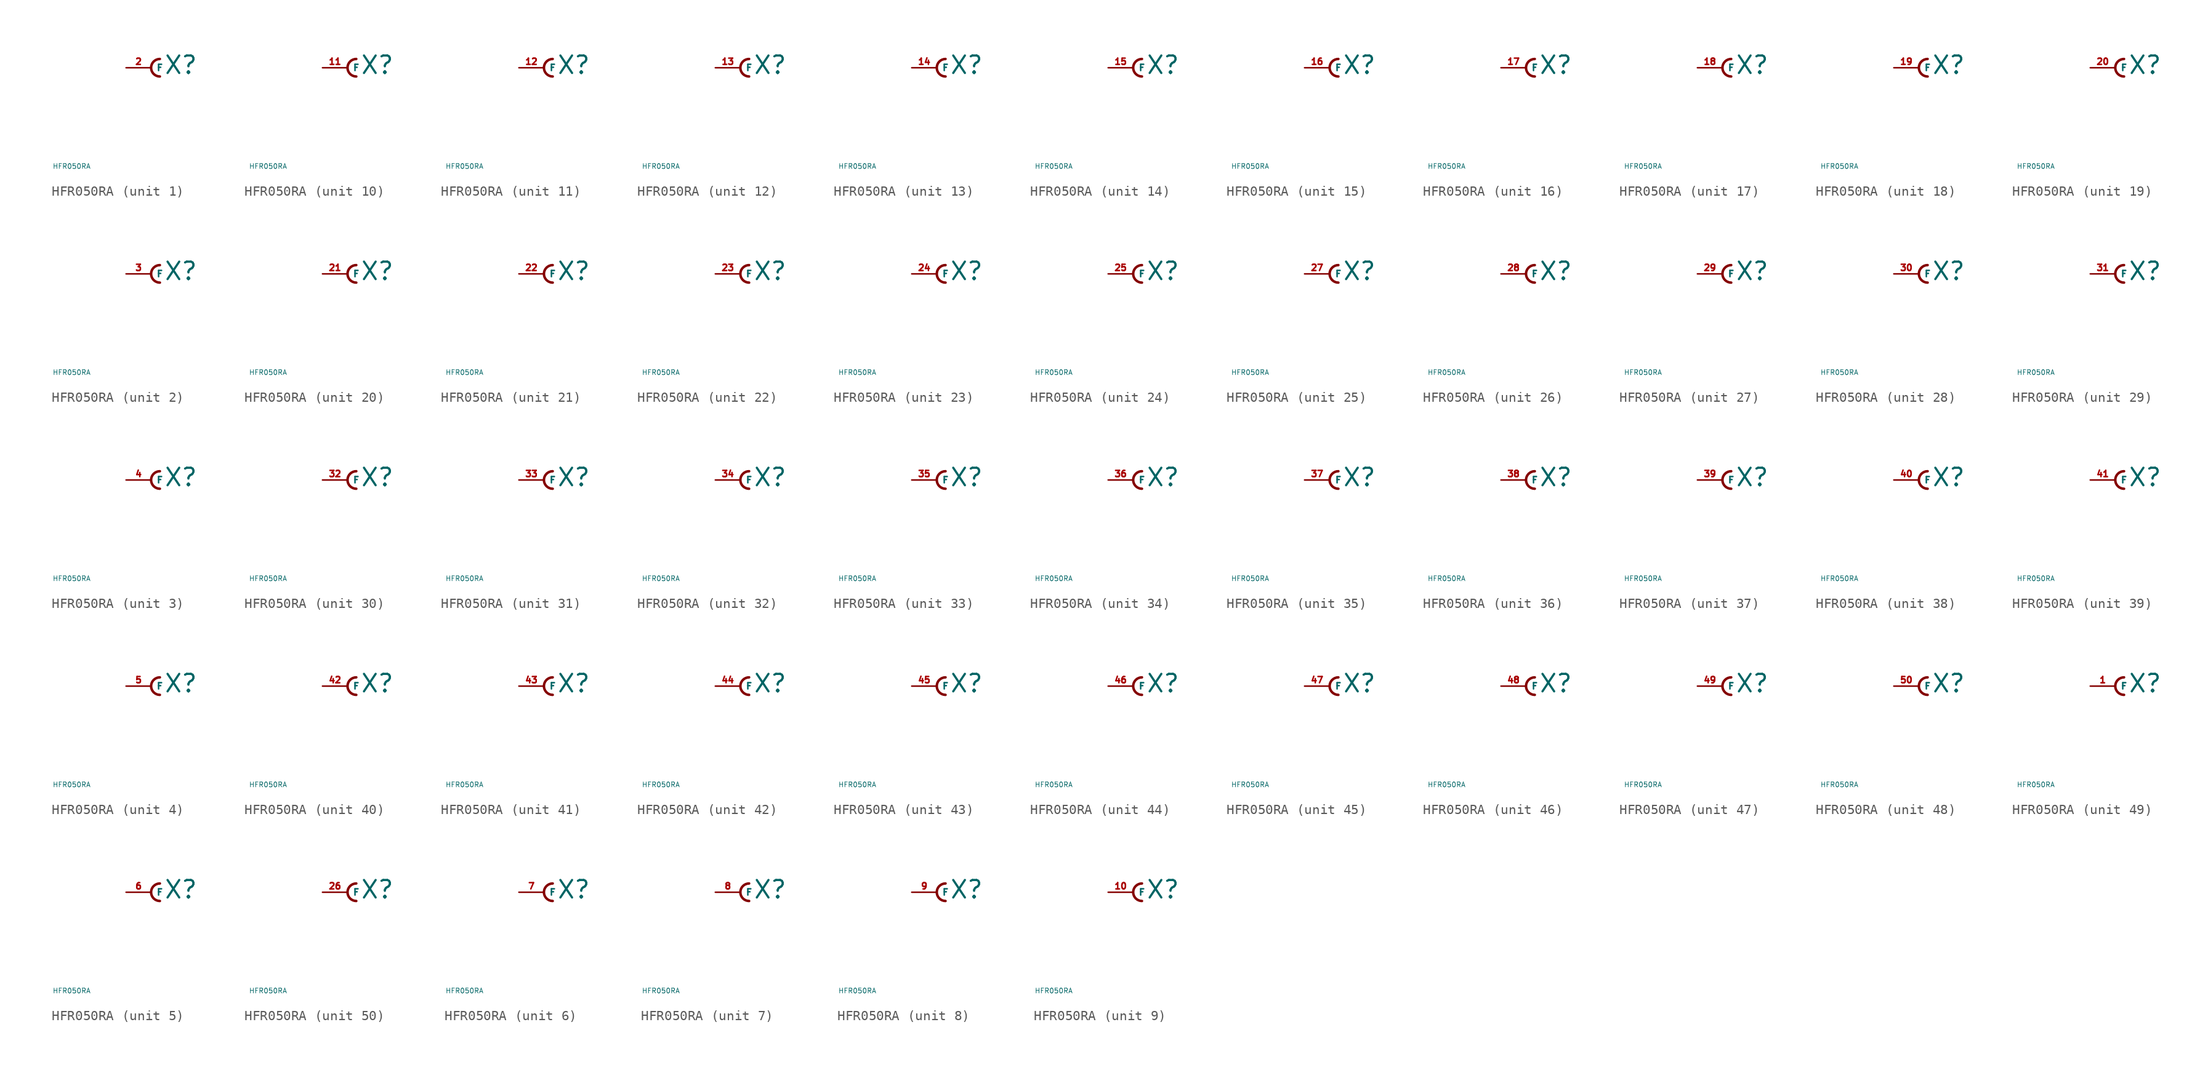
<source format=kicad_sym>
(kicad_symbol_lib
  (version 20220914)
  (generator Eagle2Kicad)
  (symbol "HFR050RA"
    (property "Reference" "X"
      (at 1.27 -0.762 0)
      (effects (font (size 1.778 1.778) (thickness 0.22)) (justify left bottom)))
    (property "Value" "HFR050RA"
      (at -10 -10 0)
      (effects (font (size 0.5 0.5) (thickness 0.06)) (justify left)))
    (symbol "HFR050RA_1_0"
      (arc (start 0.889 0.889) (mid 0.000 0.000) (end 0.889 -0.889) (stroke (width 0.254) (type default)) (fill (type none)))
      (pin passive line (at -2.54 0 0) (length 2.54) (name "F" (effects (font (size 0.635 0.635) (thickness 0.08)) (justify left bottom))) (number "2" (effects (font (size 0.635 0.635) (thickness 0.08)) (justify left bottom)))))
    (symbol "HFR050RA_2_0"
      (arc (start 0.889 0.889) (mid 0.000 0.000) (end 0.889 -0.889) (stroke (width 0.254) (type default)) (fill (type none)))
      (pin passive line (at -2.54 0 0) (length 2.54) (name "F" (effects (font (size 0.635 0.635) (thickness 0.08)) (justify left bottom))) (number "3" (effects (font (size 0.635 0.635) (thickness 0.08)) (justify left bottom)))))
    (symbol "HFR050RA_3_0"
      (arc (start 0.889 0.889) (mid 0.000 0.000) (end 0.889 -0.889) (stroke (width 0.254) (type default)) (fill (type none)))
      (pin passive line (at -2.54 0 0) (length 2.54) (name "F" (effects (font (size 0.635 0.635) (thickness 0.08)) (justify left bottom))) (number "4" (effects (font (size 0.635 0.635) (thickness 0.08)) (justify left bottom)))))
    (symbol "HFR050RA_4_0"
      (arc (start 0.889 0.889) (mid 0.000 0.000) (end 0.889 -0.889) (stroke (width 0.254) (type default)) (fill (type none)))
      (pin passive line (at -2.54 0 0) (length 2.54) (name "F" (effects (font (size 0.635 0.635) (thickness 0.08)) (justify left bottom))) (number "5" (effects (font (size 0.635 0.635) (thickness 0.08)) (justify left bottom)))))
    (symbol "HFR050RA_5_0"
      (arc (start 0.889 0.889) (mid 0.000 0.000) (end 0.889 -0.889) (stroke (width 0.254) (type default)) (fill (type none)))
      (pin passive line (at -2.54 0 0) (length 2.54) (name "F" (effects (font (size 0.635 0.635) (thickness 0.08)) (justify left bottom))) (number "6" (effects (font (size 0.635 0.635) (thickness 0.08)) (justify left bottom)))))
    (symbol "HFR050RA_6_0"
      (arc (start 0.889 0.889) (mid 0.000 0.000) (end 0.889 -0.889) (stroke (width 0.254) (type default)) (fill (type none)))
      (pin passive line (at -2.54 0 0) (length 2.54) (name "F" (effects (font (size 0.635 0.635) (thickness 0.08)) (justify left bottom))) (number "7" (effects (font (size 0.635 0.635) (thickness 0.08)) (justify left bottom)))))
    (symbol "HFR050RA_7_0"
      (arc (start 0.889 0.889) (mid 0.000 0.000) (end 0.889 -0.889) (stroke (width 0.254) (type default)) (fill (type none)))
      (pin passive line (at -2.54 0 0) (length 2.54) (name "F" (effects (font (size 0.635 0.635) (thickness 0.08)) (justify left bottom))) (number "8" (effects (font (size 0.635 0.635) (thickness 0.08)) (justify left bottom)))))
    (symbol "HFR050RA_8_0"
      (arc (start 0.889 0.889) (mid 0.000 0.000) (end 0.889 -0.889) (stroke (width 0.254) (type default)) (fill (type none)))
      (pin passive line (at -2.54 0 0) (length 2.54) (name "F" (effects (font (size 0.635 0.635) (thickness 0.08)) (justify left bottom))) (number "9" (effects (font (size 0.635 0.635) (thickness 0.08)) (justify left bottom)))))
    (symbol "HFR050RA_9_0"
      (arc (start 0.889 0.889) (mid 0.000 0.000) (end 0.889 -0.889) (stroke (width 0.254) (type default)) (fill (type none)))
      (pin passive line (at -2.54 0 0) (length 2.54) (name "F" (effects (font (size 0.635 0.635) (thickness 0.08)) (justify left bottom))) (number "10" (effects (font (size 0.635 0.635) (thickness 0.08)) (justify left bottom)))))
    (symbol "HFR050RA_10_0"
      (arc (start 0.889 0.889) (mid 0.000 0.000) (end 0.889 -0.889) (stroke (width 0.254) (type default)) (fill (type none)))
      (pin passive line (at -2.54 0 0) (length 2.54) (name "F" (effects (font (size 0.635 0.635) (thickness 0.08)) (justify left bottom))) (number "11" (effects (font (size 0.635 0.635) (thickness 0.08)) (justify left bottom)))))
    (symbol "HFR050RA_11_0"
      (arc (start 0.889 0.889) (mid 0.000 0.000) (end 0.889 -0.889) (stroke (width 0.254) (type default)) (fill (type none)))
      (pin passive line (at -2.54 0 0) (length 2.54) (name "F" (effects (font (size 0.635 0.635) (thickness 0.08)) (justify left bottom))) (number "12" (effects (font (size 0.635 0.635) (thickness 0.08)) (justify left bottom)))))
    (symbol "HFR050RA_12_0"
      (arc (start 0.889 0.889) (mid 0.000 0.000) (end 0.889 -0.889) (stroke (width 0.254) (type default)) (fill (type none)))
      (pin passive line (at -2.54 0 0) (length 2.54) (name "F" (effects (font (size 0.635 0.635) (thickness 0.08)) (justify left bottom))) (number "13" (effects (font (size 0.635 0.635) (thickness 0.08)) (justify left bottom)))))
    (symbol "HFR050RA_13_0"
      (arc (start 0.889 0.889) (mid 0.000 0.000) (end 0.889 -0.889) (stroke (width 0.254) (type default)) (fill (type none)))
      (pin passive line (at -2.54 0 0) (length 2.54) (name "F" (effects (font (size 0.635 0.635) (thickness 0.08)) (justify left bottom))) (number "14" (effects (font (size 0.635 0.635) (thickness 0.08)) (justify left bottom)))))
    (symbol "HFR050RA_14_0"
      (arc (start 0.889 0.889) (mid 0.000 0.000) (end 0.889 -0.889) (stroke (width 0.254) (type default)) (fill (type none)))
      (pin passive line (at -2.54 0 0) (length 2.54) (name "F" (effects (font (size 0.635 0.635) (thickness 0.08)) (justify left bottom))) (number "15" (effects (font (size 0.635 0.635) (thickness 0.08)) (justify left bottom)))))
    (symbol "HFR050RA_15_0"
      (arc (start 0.889 0.889) (mid 0.000 0.000) (end 0.889 -0.889) (stroke (width 0.254) (type default)) (fill (type none)))
      (pin passive line (at -2.54 0 0) (length 2.54) (name "F" (effects (font (size 0.635 0.635) (thickness 0.08)) (justify left bottom))) (number "16" (effects (font (size 0.635 0.635) (thickness 0.08)) (justify left bottom)))))
    (symbol "HFR050RA_16_0"
      (arc (start 0.889 0.889) (mid 0.000 0.000) (end 0.889 -0.889) (stroke (width 0.254) (type default)) (fill (type none)))
      (pin passive line (at -2.54 0 0) (length 2.54) (name "F" (effects (font (size 0.635 0.635) (thickness 0.08)) (justify left bottom))) (number "17" (effects (font (size 0.635 0.635) (thickness 0.08)) (justify left bottom)))))
    (symbol "HFR050RA_17_0"
      (arc (start 0.889 0.889) (mid 0.000 0.000) (end 0.889 -0.889) (stroke (width 0.254) (type default)) (fill (type none)))
      (pin passive line (at -2.54 0 0) (length 2.54) (name "F" (effects (font (size 0.635 0.635) (thickness 0.08)) (justify left bottom))) (number "18" (effects (font (size 0.635 0.635) (thickness 0.08)) (justify left bottom)))))
    (symbol "HFR050RA_18_0"
      (arc (start 0.889 0.889) (mid 0.000 0.000) (end 0.889 -0.889) (stroke (width 0.254) (type default)) (fill (type none)))
      (pin passive line (at -2.54 0 0) (length 2.54) (name "F" (effects (font (size 0.635 0.635) (thickness 0.08)) (justify left bottom))) (number "19" (effects (font (size 0.635 0.635) (thickness 0.08)) (justify left bottom)))))
    (symbol "HFR050RA_19_0"
      (arc (start 0.889 0.889) (mid 0.000 0.000) (end 0.889 -0.889) (stroke (width 0.254) (type default)) (fill (type none)))
      (pin passive line (at -2.54 0 0) (length 2.54) (name "F" (effects (font (size 0.635 0.635) (thickness 0.08)) (justify left bottom))) (number "20" (effects (font (size 0.635 0.635) (thickness 0.08)) (justify left bottom)))))
    (symbol "HFR050RA_20_0"
      (arc (start 0.889 0.889) (mid 0.000 0.000) (end 0.889 -0.889) (stroke (width 0.254) (type default)) (fill (type none)))
      (pin passive line (at -2.54 0 0) (length 2.54) (name "F" (effects (font (size 0.635 0.635) (thickness 0.08)) (justify left bottom))) (number "21" (effects (font (size 0.635 0.635) (thickness 0.08)) (justify left bottom)))))
    (symbol "HFR050RA_21_0"
      (arc (start 0.889 0.889) (mid 0.000 0.000) (end 0.889 -0.889) (stroke (width 0.254) (type default)) (fill (type none)))
      (pin passive line (at -2.54 0 0) (length 2.54) (name "F" (effects (font (size 0.635 0.635) (thickness 0.08)) (justify left bottom))) (number "22" (effects (font (size 0.635 0.635) (thickness 0.08)) (justify left bottom)))))
    (symbol "HFR050RA_22_0"
      (arc (start 0.889 0.889) (mid 0.000 0.000) (end 0.889 -0.889) (stroke (width 0.254) (type default)) (fill (type none)))
      (pin passive line (at -2.54 0 0) (length 2.54) (name "F" (effects (font (size 0.635 0.635) (thickness 0.08)) (justify left bottom))) (number "23" (effects (font (size 0.635 0.635) (thickness 0.08)) (justify left bottom)))))
    (symbol "HFR050RA_23_0"
      (arc (start 0.889 0.889) (mid 0.000 0.000) (end 0.889 -0.889) (stroke (width 0.254) (type default)) (fill (type none)))
      (pin passive line (at -2.54 0 0) (length 2.54) (name "F" (effects (font (size 0.635 0.635) (thickness 0.08)) (justify left bottom))) (number "24" (effects (font (size 0.635 0.635) (thickness 0.08)) (justify left bottom)))))
    (symbol "HFR050RA_24_0"
      (arc (start 0.889 0.889) (mid 0.000 0.000) (end 0.889 -0.889) (stroke (width 0.254) (type default)) (fill (type none)))
      (pin passive line (at -2.54 0 0) (length 2.54) (name "F" (effects (font (size 0.635 0.635) (thickness 0.08)) (justify left bottom))) (number "25" (effects (font (size 0.635 0.635) (thickness 0.08)) (justify left bottom)))))
    (symbol "HFR050RA_25_0"
      (arc (start 0.889 0.889) (mid 0.000 0.000) (end 0.889 -0.889) (stroke (width 0.254) (type default)) (fill (type none)))
      (pin passive line (at -2.54 0 0) (length 2.54) (name "F" (effects (font (size 0.635 0.635) (thickness 0.08)) (justify left bottom))) (number "27" (effects (font (size 0.635 0.635) (thickness 0.08)) (justify left bottom)))))
    (symbol "HFR050RA_26_0"
      (arc (start 0.889 0.889) (mid 0.000 0.000) (end 0.889 -0.889) (stroke (width 0.254) (type default)) (fill (type none)))
      (pin passive line (at -2.54 0 0) (length 2.54) (name "F" (effects (font (size 0.635 0.635) (thickness 0.08)) (justify left bottom))) (number "28" (effects (font (size 0.635 0.635) (thickness 0.08)) (justify left bottom)))))
    (symbol "HFR050RA_27_0"
      (arc (start 0.889 0.889) (mid 0.000 0.000) (end 0.889 -0.889) (stroke (width 0.254) (type default)) (fill (type none)))
      (pin passive line (at -2.54 0 0) (length 2.54) (name "F" (effects (font (size 0.635 0.635) (thickness 0.08)) (justify left bottom))) (number "29" (effects (font (size 0.635 0.635) (thickness 0.08)) (justify left bottom)))))
    (symbol "HFR050RA_28_0"
      (arc (start 0.889 0.889) (mid 0.000 0.000) (end 0.889 -0.889) (stroke (width 0.254) (type default)) (fill (type none)))
      (pin passive line (at -2.54 0 0) (length 2.54) (name "F" (effects (font (size 0.635 0.635) (thickness 0.08)) (justify left bottom))) (number "30" (effects (font (size 0.635 0.635) (thickness 0.08)) (justify left bottom)))))
    (symbol "HFR050RA_29_0"
      (arc (start 0.889 0.889) (mid 0.000 0.000) (end 0.889 -0.889) (stroke (width 0.254) (type default)) (fill (type none)))
      (pin passive line (at -2.54 0 0) (length 2.54) (name "F" (effects (font (size 0.635 0.635) (thickness 0.08)) (justify left bottom))) (number "31" (effects (font (size 0.635 0.635) (thickness 0.08)) (justify left bottom)))))
    (symbol "HFR050RA_30_0"
      (arc (start 0.889 0.889) (mid 0.000 0.000) (end 0.889 -0.889) (stroke (width 0.254) (type default)) (fill (type none)))
      (pin passive line (at -2.54 0 0) (length 2.54) (name "F" (effects (font (size 0.635 0.635) (thickness 0.08)) (justify left bottom))) (number "32" (effects (font (size 0.635 0.635) (thickness 0.08)) (justify left bottom)))))
    (symbol "HFR050RA_31_0"
      (arc (start 0.889 0.889) (mid 0.000 0.000) (end 0.889 -0.889) (stroke (width 0.254) (type default)) (fill (type none)))
      (pin passive line (at -2.54 0 0) (length 2.54) (name "F" (effects (font (size 0.635 0.635) (thickness 0.08)) (justify left bottom))) (number "33" (effects (font (size 0.635 0.635) (thickness 0.08)) (justify left bottom)))))
    (symbol "HFR050RA_32_0"
      (arc (start 0.889 0.889) (mid 0.000 0.000) (end 0.889 -0.889) (stroke (width 0.254) (type default)) (fill (type none)))
      (pin passive line (at -2.54 0 0) (length 2.54) (name "F" (effects (font (size 0.635 0.635) (thickness 0.08)) (justify left bottom))) (number "34" (effects (font (size 0.635 0.635) (thickness 0.08)) (justify left bottom)))))
    (symbol "HFR050RA_33_0"
      (arc (start 0.889 0.889) (mid 0.000 0.000) (end 0.889 -0.889) (stroke (width 0.254) (type default)) (fill (type none)))
      (pin passive line (at -2.54 0 0) (length 2.54) (name "F" (effects (font (size 0.635 0.635) (thickness 0.08)) (justify left bottom))) (number "35" (effects (font (size 0.635 0.635) (thickness 0.08)) (justify left bottom)))))
    (symbol "HFR050RA_34_0"
      (arc (start 0.889 0.889) (mid 0.000 0.000) (end 0.889 -0.889) (stroke (width 0.254) (type default)) (fill (type none)))
      (pin passive line (at -2.54 0 0) (length 2.54) (name "F" (effects (font (size 0.635 0.635) (thickness 0.08)) (justify left bottom))) (number "36" (effects (font (size 0.635 0.635) (thickness 0.08)) (justify left bottom)))))
    (symbol "HFR050RA_35_0"
      (arc (start 0.889 0.889) (mid 0.000 0.000) (end 0.889 -0.889) (stroke (width 0.254) (type default)) (fill (type none)))
      (pin passive line (at -2.54 0 0) (length 2.54) (name "F" (effects (font (size 0.635 0.635) (thickness 0.08)) (justify left bottom))) (number "37" (effects (font (size 0.635 0.635) (thickness 0.08)) (justify left bottom)))))
    (symbol "HFR050RA_36_0"
      (arc (start 0.889 0.889) (mid 0.000 0.000) (end 0.889 -0.889) (stroke (width 0.254) (type default)) (fill (type none)))
      (pin passive line (at -2.54 0 0) (length 2.54) (name "F" (effects (font (size 0.635 0.635) (thickness 0.08)) (justify left bottom))) (number "38" (effects (font (size 0.635 0.635) (thickness 0.08)) (justify left bottom)))))
    (symbol "HFR050RA_37_0"
      (arc (start 0.889 0.889) (mid 0.000 0.000) (end 0.889 -0.889) (stroke (width 0.254) (type default)) (fill (type none)))
      (pin passive line (at -2.54 0 0) (length 2.54) (name "F" (effects (font (size 0.635 0.635) (thickness 0.08)) (justify left bottom))) (number "39" (effects (font (size 0.635 0.635) (thickness 0.08)) (justify left bottom)))))
    (symbol "HFR050RA_38_0"
      (arc (start 0.889 0.889) (mid 0.000 0.000) (end 0.889 -0.889) (stroke (width 0.254) (type default)) (fill (type none)))
      (pin passive line (at -2.54 0 0) (length 2.54) (name "F" (effects (font (size 0.635 0.635) (thickness 0.08)) (justify left bottom))) (number "40" (effects (font (size 0.635 0.635) (thickness 0.08)) (justify left bottom)))))
    (symbol "HFR050RA_39_0"
      (arc (start 0.889 0.889) (mid 0.000 0.000) (end 0.889 -0.889) (stroke (width 0.254) (type default)) (fill (type none)))
      (pin passive line (at -2.54 0 0) (length 2.54) (name "F" (effects (font (size 0.635 0.635) (thickness 0.08)) (justify left bottom))) (number "41" (effects (font (size 0.635 0.635) (thickness 0.08)) (justify left bottom)))))
    (symbol "HFR050RA_40_0"
      (arc (start 0.889 0.889) (mid 0.000 0.000) (end 0.889 -0.889) (stroke (width 0.254) (type default)) (fill (type none)))
      (pin passive line (at -2.54 0 0) (length 2.54) (name "F" (effects (font (size 0.635 0.635) (thickness 0.08)) (justify left bottom))) (number "42" (effects (font (size 0.635 0.635) (thickness 0.08)) (justify left bottom)))))
    (symbol "HFR050RA_41_0"
      (arc (start 0.889 0.889) (mid 0.000 0.000) (end 0.889 -0.889) (stroke (width 0.254) (type default)) (fill (type none)))
      (pin passive line (at -2.54 0 0) (length 2.54) (name "F" (effects (font (size 0.635 0.635) (thickness 0.08)) (justify left bottom))) (number "43" (effects (font (size 0.635 0.635) (thickness 0.08)) (justify left bottom)))))
    (symbol "HFR050RA_42_0"
      (arc (start 0.889 0.889) (mid 0.000 0.000) (end 0.889 -0.889) (stroke (width 0.254) (type default)) (fill (type none)))
      (pin passive line (at -2.54 0 0) (length 2.54) (name "F" (effects (font (size 0.635 0.635) (thickness 0.08)) (justify left bottom))) (number "44" (effects (font (size 0.635 0.635) (thickness 0.08)) (justify left bottom)))))
    (symbol "HFR050RA_43_0"
      (arc (start 0.889 0.889) (mid 0.000 0.000) (end 0.889 -0.889) (stroke (width 0.254) (type default)) (fill (type none)))
      (pin passive line (at -2.54 0 0) (length 2.54) (name "F" (effects (font (size 0.635 0.635) (thickness 0.08)) (justify left bottom))) (number "45" (effects (font (size 0.635 0.635) (thickness 0.08)) (justify left bottom)))))
    (symbol "HFR050RA_44_0"
      (arc (start 0.889 0.889) (mid 0.000 0.000) (end 0.889 -0.889) (stroke (width 0.254) (type default)) (fill (type none)))
      (pin passive line (at -2.54 0 0) (length 2.54) (name "F" (effects (font (size 0.635 0.635) (thickness 0.08)) (justify left bottom))) (number "46" (effects (font (size 0.635 0.635) (thickness 0.08)) (justify left bottom)))))
    (symbol "HFR050RA_45_0"
      (arc (start 0.889 0.889) (mid 0.000 0.000) (end 0.889 -0.889) (stroke (width 0.254) (type default)) (fill (type none)))
      (pin passive line (at -2.54 0 0) (length 2.54) (name "F" (effects (font (size 0.635 0.635) (thickness 0.08)) (justify left bottom))) (number "47" (effects (font (size 0.635 0.635) (thickness 0.08)) (justify left bottom)))))
    (symbol "HFR050RA_46_0"
      (arc (start 0.889 0.889) (mid 0.000 0.000) (end 0.889 -0.889) (stroke (width 0.254) (type default)) (fill (type none)))
      (pin passive line (at -2.54 0 0) (length 2.54) (name "F" (effects (font (size 0.635 0.635) (thickness 0.08)) (justify left bottom))) (number "48" (effects (font (size 0.635 0.635) (thickness 0.08)) (justify left bottom)))))
    (symbol "HFR050RA_47_0"
      (arc (start 0.889 0.889) (mid 0.000 0.000) (end 0.889 -0.889) (stroke (width 0.254) (type default)) (fill (type none)))
      (pin passive line (at -2.54 0 0) (length 2.54) (name "F" (effects (font (size 0.635 0.635) (thickness 0.08)) (justify left bottom))) (number "49" (effects (font (size 0.635 0.635) (thickness 0.08)) (justify left bottom)))))
    (symbol "HFR050RA_48_0"
      (arc (start 0.889 0.889) (mid 0.000 0.000) (end 0.889 -0.889) (stroke (width 0.254) (type default)) (fill (type none)))
      (pin passive line (at -2.54 0 0) (length 2.54) (name "F" (effects (font (size 0.635 0.635) (thickness 0.08)) (justify left bottom))) (number "50" (effects (font (size 0.635 0.635) (thickness 0.08)) (justify left bottom)))))
    (symbol "HFR050RA_49_0"
      (arc (start 0.889 0.889) (mid 0.000 0.000) (end 0.889 -0.889) (stroke (width 0.254) (type default)) (fill (type none)))
      (pin passive line (at -2.54 0 0) (length 2.54) (name "F" (effects (font (size 0.635 0.635) (thickness 0.08)) (justify left bottom))) (number "1" (effects (font (size 0.635 0.635) (thickness 0.08)) (justify left bottom)))))
    (symbol "HFR050RA_50_0"
      (arc (start 0.889 0.889) (mid 0.000 0.000) (end 0.889 -0.889) (stroke (width 0.254) (type default)) (fill (type none)))
      (pin passive line (at -2.54 0 0) (length 2.54) (name "F" (effects (font (size 0.635 0.635) (thickness 0.08)) (justify left bottom))) (number "26" (effects (font (size 0.635 0.635) (thickness 0.08)) (justify left bottom)))))))
</source>
